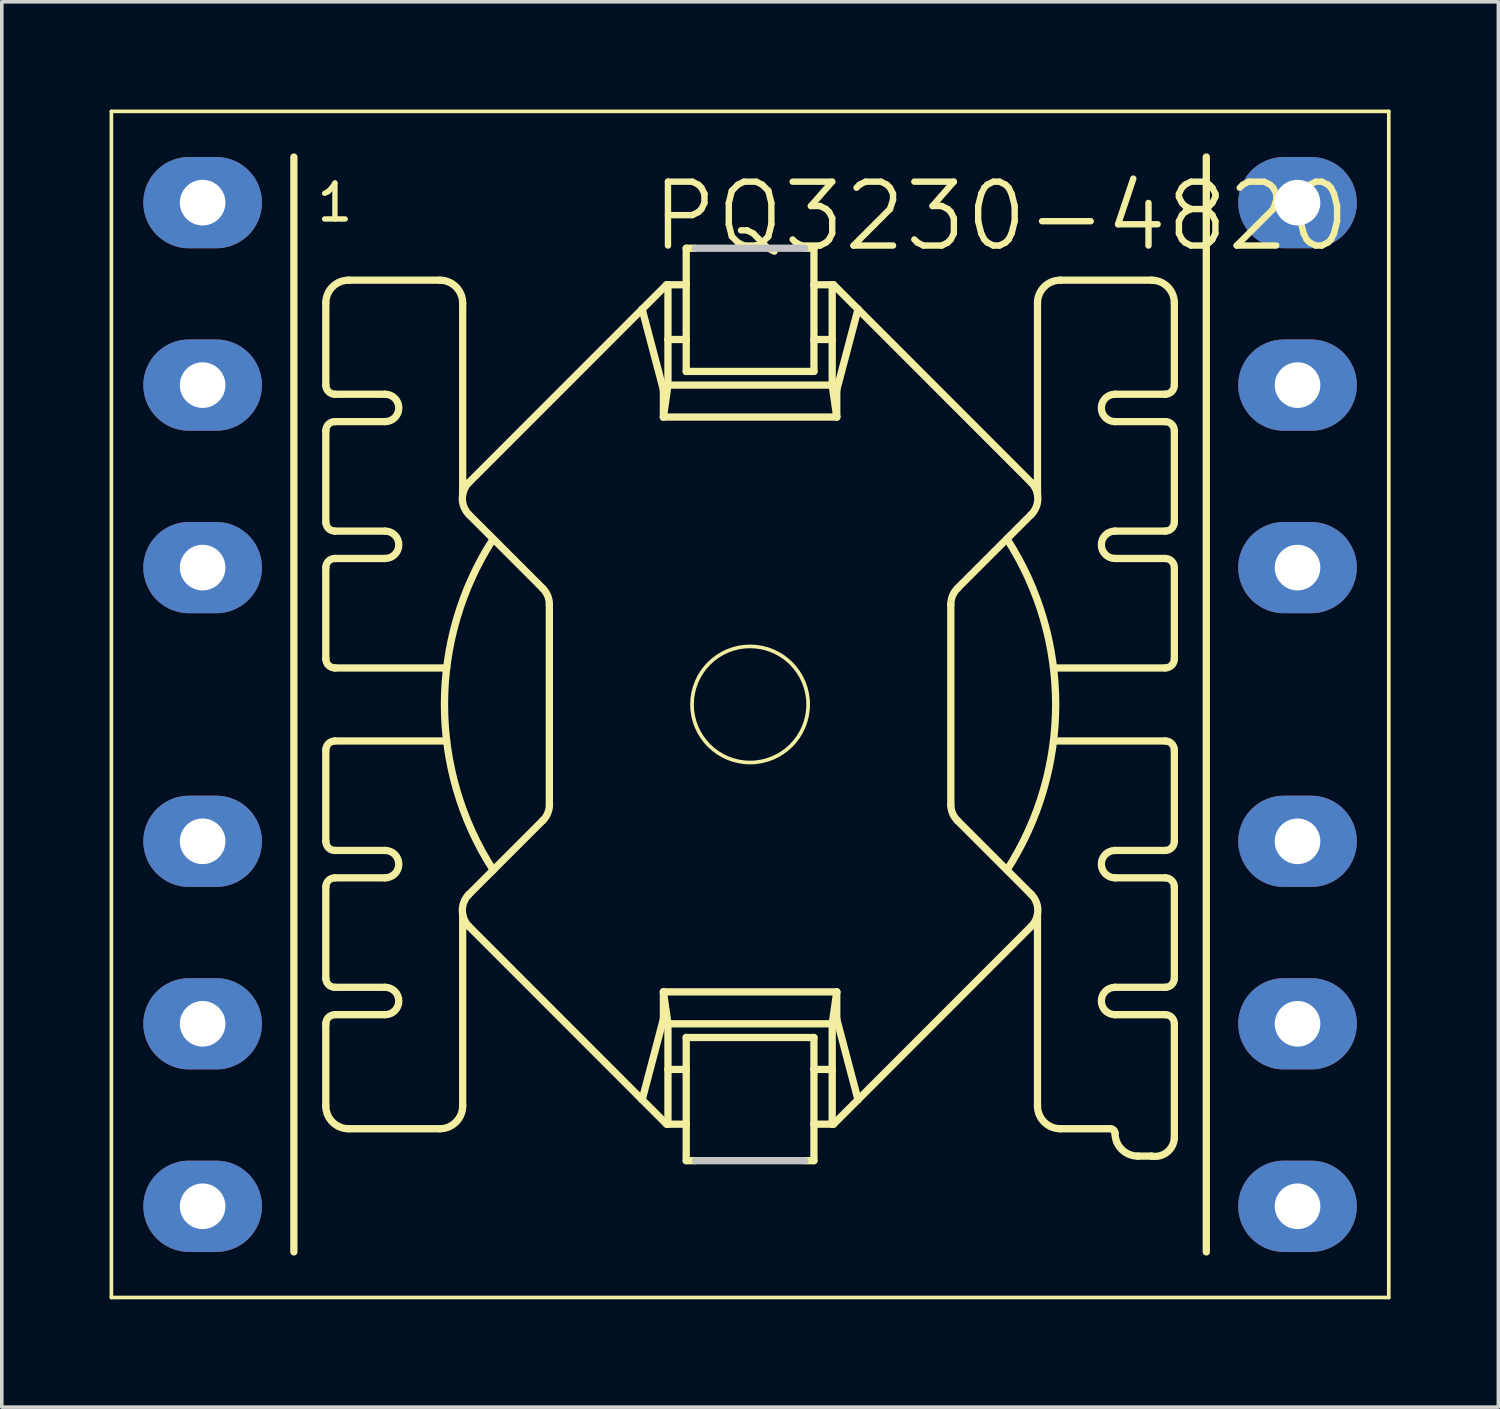
<source format=kicad_pcb>
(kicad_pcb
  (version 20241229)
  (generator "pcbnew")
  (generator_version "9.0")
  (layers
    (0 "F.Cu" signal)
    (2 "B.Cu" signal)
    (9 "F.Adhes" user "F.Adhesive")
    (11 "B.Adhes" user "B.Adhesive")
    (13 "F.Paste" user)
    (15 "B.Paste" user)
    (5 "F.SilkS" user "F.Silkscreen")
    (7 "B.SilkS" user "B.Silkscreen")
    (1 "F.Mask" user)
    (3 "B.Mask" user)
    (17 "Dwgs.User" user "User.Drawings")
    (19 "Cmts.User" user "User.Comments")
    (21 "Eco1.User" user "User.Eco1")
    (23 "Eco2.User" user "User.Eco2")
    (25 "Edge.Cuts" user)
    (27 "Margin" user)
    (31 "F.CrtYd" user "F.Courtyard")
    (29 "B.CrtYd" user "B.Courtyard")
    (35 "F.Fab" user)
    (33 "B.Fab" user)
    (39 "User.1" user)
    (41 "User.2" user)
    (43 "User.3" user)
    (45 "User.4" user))
  (footprint "PQ3230-4820"
    (layer "F.Cu")
    (at 17.831 16.561)
    (property "Reference" "PQ3230-4820" (at 6.985 -13.589 0) (layer "F.SilkS") (effects (font (size 1.778 1.778) (thickness 0.178))))
    (attr exclude_from_pos_files exclude_from_bom)
    (fp_line (start -17.78 -16.51) (end 17.78 -16.51) (stroke (width 0.102) (type solid)) (layer "F.SilkS"))
    (fp_line (start -17.78 16.51) (end -17.78 -16.51) (stroke (width 0.102) (type solid)) (layer "F.SilkS"))
    (fp_line (start -12.7 -15.24) (end -12.7 15.24) (stroke (width 0.203) (type solid)) (layer "F.SilkS"))
    (fp_line (start -11.811 -8.89) (end -11.811 -11.176) (stroke (width 0.203) (type solid)) (layer "F.SilkS"))
    (fp_line (start -11.811 -5.08) (end -11.811 -7.62) (stroke (width 0.203) (type solid)) (layer "F.SilkS"))
    (fp_line (start -11.811 -3.81) (end -11.811 -1.27) (stroke (width 0.203) (type solid)) (layer "F.SilkS"))
    (fp_line (start -11.811 3.81) (end -11.811 1.27) (stroke (width 0.203) (type solid)) (layer "F.SilkS"))
    (fp_line (start -11.811 7.62) (end -11.811 5.08) (stroke (width 0.203) (type solid)) (layer "F.SilkS"))
    (fp_line (start -11.811 11.176) (end -11.811 8.89) (stroke (width 0.203) (type solid)) (layer "F.SilkS"))
    (fp_line (start -11.557 -1.016) (end -8.448 -1.016) (stroke (width 0.203) (type solid)) (layer "F.SilkS"))
    (fp_line (start -11.557 1.016) (end -8.448 1.016) (stroke (width 0.203) (type solid)) (layer "F.SilkS"))
    (fp_line (start -10.16 -8.636) (end -11.557 -8.636) (stroke (width 0.203) (type solid)) (layer "F.SilkS"))
    (fp_line (start -10.16 -7.874) (end -11.557 -7.874) (stroke (width 0.203) (type solid)) (layer "F.SilkS"))
    (fp_line (start -10.16 -4.826) (end -11.557 -4.826) (stroke (width 0.203) (type solid)) (layer "F.SilkS"))
    (fp_line (start -10.16 -4.064) (end -11.557 -4.064) (stroke (width 0.203) (type solid)) (layer "F.SilkS"))
    (fp_line (start -10.16 4.064) (end -11.557 4.064) (stroke (width 0.203) (type solid)) (layer "F.SilkS"))
    (fp_line (start -10.16 4.826) (end -11.557 4.826) (stroke (width 0.203) (type solid)) (layer "F.SilkS"))
    (fp_line (start -10.16 7.874) (end -11.557 7.874) (stroke (width 0.203) (type solid)) (layer "F.SilkS"))
    (fp_line (start -10.16 8.636) (end -11.557 8.636) (stroke (width 0.203) (type solid)) (layer "F.SilkS"))
    (fp_line (start -8.636 -11.811) (end -11.176 -11.811) (stroke (width 0.203) (type solid)) (layer "F.SilkS"))
    (fp_line (start -8.636 11.811) (end -11.176 11.811) (stroke (width 0.203) (type solid)) (layer "F.SilkS"))
    (fp_line (start -8.001 -11.176) (end -8.001 -5.85) (stroke (width 0.203) (type solid)) (layer "F.SilkS"))
    (fp_line (start -8.001 5.85) (end -8.001 11.176) (stroke (width 0.203) (type solid)) (layer "F.SilkS"))
    (fp_line (start -7.823 6.182) (end -3.005 11.003) (stroke (width 0.203) (type solid)) (layer "F.SilkS"))
    (fp_line (start -5.773 -3.233) (end -7.823 -5.283) (stroke (width 0.203) (type solid)) (layer "F.SilkS"))
    (fp_line (start -5.773 3.233) (end -7.823 5.283) (stroke (width 0.203) (type solid)) (layer "F.SilkS"))
    (fp_line (start -5.588 -2.784) (end -5.588 2.784) (stroke (width 0.203) (type solid)) (layer "F.SilkS"))
    (fp_line (start -3.005 -11.003) (end -7.823 -6.182) (stroke (width 0.203) (type solid)) (layer "F.SilkS"))
    (fp_line (start -3.005 -11.003) (end -2.413 -8.76) (stroke (width 0.203) (type solid)) (layer "F.SilkS"))
    (fp_line (start -3.005 11.003) (end -2.324 11.684) (stroke (width 0.203) (type solid)) (layer "F.SilkS"))
    (fp_line (start -2.413 -8.001) (end -2.413 -8.76) (stroke (width 0.203) (type solid)) (layer "F.SilkS"))
    (fp_line (start -2.413 8.001) (end -2.413 8.76) (stroke (width 0.203) (type solid)) (layer "F.SilkS"))
    (fp_line (start -2.413 8.76) (end -3.005 11.003) (stroke (width 0.203) (type solid)) (layer "F.SilkS"))
    (fp_line (start -2.324 -11.684) (end -3.005 -11.003) (stroke (width 0.203) (type solid)) (layer "F.SilkS"))
    (fp_line (start -2.324 -11.684) (end -2.286 -11.684) (stroke (width 0.203) (type solid)) (layer "F.SilkS"))
    (fp_line (start -2.286 -11.684) (end -1.778 -11.684) (stroke (width 0.203) (type solid)) (layer "F.SilkS"))
    (fp_line (start -2.286 -10.16) (end -2.286 -11.684) (stroke (width 0.203) (type solid)) (layer "F.SilkS"))
    (fp_line (start -2.286 -8.89) (end -2.413 -8.001) (stroke (width 0.203) (type solid)) (layer "F.SilkS"))
    (fp_line (start -2.286 -8.89) (end -2.286 -10.16) (stroke (width 0.203) (type solid)) (layer "F.SilkS"))
    (fp_line (start -2.286 -8.89) (end 2.286 -8.89) (stroke (width 0.203) (type solid)) (layer "F.SilkS"))
    (fp_line (start -2.286 8.89) (end -2.413 8.001) (stroke (width 0.203) (type solid)) (layer "F.SilkS"))
    (fp_line (start -2.286 8.89) (end -2.286 10.16) (stroke (width 0.203) (type solid)) (layer "F.SilkS"))
    (fp_line (start -2.286 8.89) (end 2.286 8.89) (stroke (width 0.203) (type solid)) (layer "F.SilkS"))
    (fp_line (start -2.286 10.16) (end -2.286 11.684) (stroke (width 0.203) (type solid)) (layer "F.SilkS"))
    (fp_line (start -2.286 10.16) (end -1.778 10.16) (stroke (width 0.203) (type solid)) (layer "F.SilkS"))
    (fp_line (start -2.286 11.684) (end -2.324 11.684) (stroke (width 0.203) (type solid)) (layer "F.SilkS"))
    (fp_line (start -2.286 11.684) (end -1.778 11.684) (stroke (width 0.203) (type solid)) (layer "F.SilkS"))
    (fp_line (start -1.778 -12.7) (end -1.524 -12.7) (stroke (width 0.203) (type solid)) (layer "F.SilkS"))
    (fp_line (start -1.778 -11.684) (end -1.778 -12.7) (stroke (width 0.203) (type solid)) (layer "F.SilkS"))
    (fp_line (start -1.778 -10.16) (end -2.286 -10.16) (stroke (width 0.203) (type solid)) (layer "F.SilkS"))
    (fp_line (start -1.778 -10.16) (end -1.778 -11.684) (stroke (width 0.203) (type solid)) (layer "F.SilkS"))
    (fp_line (start -1.778 -9.271) (end -1.778 -10.16) (stroke (width 0.203) (type solid)) (layer "F.SilkS"))
    (fp_line (start -1.778 -9.271) (end 1.778 -9.271) (stroke (width 0.203) (type solid)) (layer "F.SilkS"))
    (fp_line (start -1.778 10.16) (end -1.778 9.271) (stroke (width 0.203) (type solid)) (layer "F.SilkS"))
    (fp_line (start -1.778 11.684) (end -1.778 10.16) (stroke (width 0.203) (type solid)) (layer "F.SilkS"))
    (fp_line (start -1.778 12.7) (end -1.778 11.684) (stroke (width 0.203) (type solid)) (layer "F.SilkS"))
    (fp_line (start -1.524 12.7) (end -1.778 12.7) (stroke (width 0.203) (type solid)) (layer "F.SilkS"))
    (fp_line (start 1.524 -12.7) (end 1.778 -12.7) (stroke (width 0.203) (type solid)) (layer "F.SilkS"))
    (fp_line (start 1.778 -12.7) (end 1.778 -11.684) (stroke (width 0.203) (type solid)) (layer "F.SilkS"))
    (fp_line (start 1.778 -11.684) (end 1.778 -10.16) (stroke (width 0.203) (type solid)) (layer "F.SilkS"))
    (fp_line (start 1.778 -10.16) (end 1.778 -9.271) (stroke (width 0.203) (type solid)) (layer "F.SilkS"))
    (fp_line (start 1.778 9.271) (end -1.778 9.271) (stroke (width 0.203) (type solid)) (layer "F.SilkS"))
    (fp_line (start 1.778 9.271) (end 1.778 10.16) (stroke (width 0.203) (type solid)) (layer "F.SilkS"))
    (fp_line (start 1.778 10.16) (end 1.778 11.684) (stroke (width 0.203) (type solid)) (layer "F.SilkS"))
    (fp_line (start 1.778 10.16) (end 2.286 10.16) (stroke (width 0.203) (type solid)) (layer "F.SilkS"))
    (fp_line (start 1.778 11.684) (end 1.778 12.7) (stroke (width 0.203) (type solid)) (layer "F.SilkS"))
    (fp_line (start 1.778 12.7) (end 1.524 12.7) (stroke (width 0.203) (type solid)) (layer "F.SilkS"))
    (fp_line (start 2.286 -11.684) (end 1.778 -11.684) (stroke (width 0.203) (type solid)) (layer "F.SilkS"))
    (fp_line (start 2.286 -11.684) (end 2.324 -11.684) (stroke (width 0.203) (type solid)) (layer "F.SilkS"))
    (fp_line (start 2.286 -10.16) (end 1.778 -10.16) (stroke (width 0.203) (type solid)) (layer "F.SilkS"))
    (fp_line (start 2.286 -10.16) (end 2.286 -11.684) (stroke (width 0.203) (type solid)) (layer "F.SilkS"))
    (fp_line (start 2.286 -8.89) (end 2.286 -10.16) (stroke (width 0.203) (type solid)) (layer "F.SilkS"))
    (fp_line (start 2.286 -8.89) (end 2.413 -8.001) (stroke (width 0.203) (type solid)) (layer "F.SilkS"))
    (fp_line (start 2.286 8.89) (end 2.286 10.16) (stroke (width 0.203) (type solid)) (layer "F.SilkS"))
    (fp_line (start 2.286 8.89) (end 2.413 8.001) (stroke (width 0.203) (type solid)) (layer "F.SilkS"))
    (fp_line (start 2.286 10.16) (end 2.286 11.684) (stroke (width 0.203) (type solid)) (layer "F.SilkS"))
    (fp_line (start 2.286 11.684) (end 1.778 11.684) (stroke (width 0.203) (type solid)) (layer "F.SilkS"))
    (fp_line (start 2.324 -11.684) (end 3.005 -11.003) (stroke (width 0.203) (type solid)) (layer "F.SilkS"))
    (fp_line (start 2.324 11.684) (end 2.286 11.684) (stroke (width 0.203) (type solid)) (layer "F.SilkS"))
    (fp_line (start 2.413 -8.001) (end -2.413 -8.001) (stroke (width 0.203) (type solid)) (layer "F.SilkS"))
    (fp_line (start 2.413 -8.001) (end 2.413 -8.76) (stroke (width 0.203) (type solid)) (layer "F.SilkS"))
    (fp_line (start 2.413 8.001) (end -2.413 8.001) (stroke (width 0.203) (type solid)) (layer "F.SilkS"))
    (fp_line (start 2.413 8.001) (end 2.413 8.76) (stroke (width 0.203) (type solid)) (layer "F.SilkS"))
    (fp_line (start 2.413 8.76) (end 3.005 11.003) (stroke (width 0.203) (type solid)) (layer "F.SilkS"))
    (fp_line (start 3.005 -11.003) (end 2.413 -8.76) (stroke (width 0.203) (type solid)) (layer "F.SilkS"))
    (fp_line (start 3.005 -11.003) (end 7.823 -6.182) (stroke (width 0.203) (type solid)) (layer "F.SilkS"))
    (fp_line (start 3.005 11.003) (end 2.324 11.684) (stroke (width 0.203) (type solid)) (layer "F.SilkS"))
    (fp_line (start 5.588 -2.784) (end 5.588 2.784) (stroke (width 0.203) (type solid)) (layer "F.SilkS"))
    (fp_line (start 5.773 -3.233) (end 7.823 -5.283) (stroke (width 0.203) (type solid)) (layer "F.SilkS"))
    (fp_line (start 5.773 3.233) (end 7.823 5.283) (stroke (width 0.203) (type solid)) (layer "F.SilkS"))
    (fp_line (start 7.823 6.182) (end 3.005 11.003) (stroke (width 0.203) (type solid)) (layer "F.SilkS"))
    (fp_line (start 8.001 -11.176) (end 8.001 -5.85) (stroke (width 0.203) (type solid)) (layer "F.SilkS"))
    (fp_line (start 8.001 5.85) (end 8.001 11.176) (stroke (width 0.203) (type solid)) (layer "F.SilkS"))
    (fp_line (start 8.636 11.811) (end 10.033 11.811) (stroke (width 0.203) (type solid)) (layer "F.SilkS"))
    (fp_line (start 10.16 -8.636) (end 11.557 -8.636) (stroke (width 0.203) (type solid)) (layer "F.SilkS"))
    (fp_line (start 10.16 -7.874) (end 11.557 -7.874) (stroke (width 0.203) (type solid)) (layer "F.SilkS"))
    (fp_line (start 10.16 -4.826) (end 11.557 -4.826) (stroke (width 0.203) (type solid)) (layer "F.SilkS"))
    (fp_line (start 10.16 -4.064) (end 11.557 -4.064) (stroke (width 0.203) (type solid)) (layer "F.SilkS"))
    (fp_line (start 10.16 4.064) (end 11.557 4.064) (stroke (width 0.203) (type solid)) (layer "F.SilkS"))
    (fp_line (start 10.16 4.826) (end 11.557 4.826) (stroke (width 0.203) (type solid)) (layer "F.SilkS"))
    (fp_line (start 10.16 7.874) (end 11.557 7.874) (stroke (width 0.203) (type solid)) (layer "F.SilkS"))
    (fp_line (start 10.16 8.636) (end 11.557 8.636) (stroke (width 0.203) (type solid)) (layer "F.SilkS"))
    (fp_line (start 11.176 -11.811) (end 8.636 -11.811) (stroke (width 0.203) (type solid)) (layer "F.SilkS"))
    (fp_line (start 11.176 12.573) (end 10.795 12.573) (stroke (width 0.203) (type solid)) (layer "F.SilkS"))
    (fp_line (start 11.557 -1.016) (end 8.448 -1.016) (stroke (width 0.203) (type solid)) (layer "F.SilkS"))
    (fp_line (start 11.557 1.016) (end 8.448 1.016) (stroke (width 0.203) (type solid)) (layer "F.SilkS"))
    (fp_line (start 11.811 -8.89) (end 11.811 -11.176) (stroke (width 0.203) (type solid)) (layer "F.SilkS"))
    (fp_line (start 11.811 -5.08) (end 11.811 -7.62) (stroke (width 0.203) (type solid)) (layer "F.SilkS"))
    (fp_line (start 11.811 -3.81) (end 11.811 -1.27) (stroke (width 0.203) (type solid)) (layer "F.SilkS"))
    (fp_line (start 11.811 3.81) (end 11.811 1.27) (stroke (width 0.203) (type solid)) (layer "F.SilkS"))
    (fp_line (start 11.811 7.62) (end 11.811 5.08) (stroke (width 0.203) (type solid)) (layer "F.SilkS"))
    (fp_line (start 11.811 12.065) (end 11.811 8.89) (stroke (width 0.203) (type solid)) (layer "F.SilkS"))
    (fp_line (start 12.7 -15.24) (end 12.7 15.24) (stroke (width 0.203) (type solid)) (layer "F.SilkS"))
    (fp_line (start 17.78 -16.51) (end 17.78 16.51) (stroke (width 0.102) (type solid)) (layer "F.SilkS"))
    (fp_line (start 17.78 16.51) (end -17.78 16.51) (stroke (width 0.102) (type solid)) (layer "F.SilkS"))
    (fp_arc (start -11.811 -11.176) (mid -11.625013 -11.625013) (end -11.176 -11.811) (stroke (width 0.2032) (type solid)) (layer "F.SilkS"))
    (fp_arc (start -11.811 -7.62) (mid -11.736605 -7.799605) (end -11.557 -7.874) (stroke (width 0.2032) (type solid)) (layer "F.SilkS"))
    (fp_arc (start -11.811 -3.81) (mid -11.736605 -3.989605) (end -11.557 -4.064) (stroke (width 0.2032) (type solid)) (layer "F.SilkS"))
    (fp_arc (start -11.811 1.27) (mid -11.736605 1.090395) (end -11.557 1.016) (stroke (width 0.2032) (type solid)) (layer "F.SilkS"))
    (fp_arc (start -11.811 5.08) (mid -11.736605 4.900395) (end -11.557 4.826) (stroke (width 0.2032) (type solid)) (layer "F.SilkS"))
    (fp_arc (start -11.811 8.89) (mid -11.736605 8.710395) (end -11.557 8.636) (stroke (width 0.2032) (type solid)) (layer "F.SilkS"))
    (fp_arc (start -11.557 -8.636) (mid -11.736605 -8.710395) (end -11.811 -8.89) (stroke (width 0.2032) (type solid)) (layer "F.SilkS"))
    (fp_arc (start -11.557 -4.826) (mid -11.736605 -4.900395) (end -11.811 -5.08) (stroke (width 0.2032) (type solid)) (layer "F.SilkS"))
    (fp_arc (start -11.557 -1.016) (mid -11.736605 -1.090395) (end -11.811 -1.27) (stroke (width 0.2032) (type solid)) (layer "F.SilkS"))
    (fp_arc (start -11.557 4.064) (mid -11.736605 3.989605) (end -11.811 3.81) (stroke (width 0.2032) (type solid)) (layer "F.SilkS"))
    (fp_arc (start -11.557 7.874) (mid -11.736605 7.799605) (end -11.811 7.62) (stroke (width 0.2032) (type solid)) (layer "F.SilkS"))
    (fp_arc (start -11.176 11.811) (mid -11.625013 11.625013) (end -11.811 11.176) (stroke (width 0.2032) (type solid)) (layer "F.SilkS"))
    (fp_arc (start -10.16 -8.636) (mid -9.779 -8.255) (end -10.16 -7.874) (stroke (width 0.2032) (type solid)) (layer "F.SilkS"))
    (fp_arc (start -10.16 -4.826) (mid -9.779 -4.445) (end -10.16 -4.064) (stroke (width 0.2032) (type solid)) (layer "F.SilkS"))
    (fp_arc (start -10.16 4.064) (mid -9.779 4.445) (end -10.16 4.826) (stroke (width 0.2032) (type solid)) (layer "F.SilkS"))
    (fp_arc (start -10.16 7.874) (mid -9.779 8.255) (end -10.16 8.636) (stroke (width 0.2032) (type solid)) (layer "F.SilkS"))
    (fp_arc (start -8.636 -11.811) (mid -8.186987 -11.625013) (end -8.001 -11.176) (stroke (width 0.2032) (type solid)) (layer "F.SilkS"))
    (fp_arc (start -8.001 11.176) (mid -8.186987 11.625013) (end -8.636 11.811) (stroke (width 0.2032) (type solid)) (layer "F.SilkS"))
    (fp_arc (start -7.8232 -5.2832) (mid -8.010166 -5.730984) (end -7.82574 -6.17982) (stroke (width 0.2032) (type solid)) (layer "F.SilkS"))
    (fp_arc (start -7.8232 6.18236) (mid -8.010166 5.734576) (end -7.82574 5.28574) (stroke (width 0.2032) (type solid)) (layer "F.SilkS"))
    (fp_arc (start -7.1501 4.6101) (mid -8.507464 0.001828) (end -7.152081 -4.607027) (stroke (width 0.2032) (type solid)) (layer "F.SilkS"))
    (fp_arc (start -5.77342 -3.23342) (mid -5.635808 -3.027664) (end -5.587199 -2.78495) (stroke (width 0.2032) (type solid)) (layer "F.SilkS"))
    (fp_arc (start -5.58546 2.78384) (mid -5.633777 3.027302) (end -5.771405 3.233861) (stroke (width 0.2032) (type solid)) (layer "F.SilkS"))
    (fp_arc (start 5.588 -2.78384) (mid 5.636125 -3.026332) (end 5.773204 -3.232068) (stroke (width 0.2032) (type solid)) (layer "F.SilkS"))
    (fp_arc (start 5.77342 3.23342) (mid 5.635808 3.027664) (end 5.587199 2.78495) (stroke (width 0.2032) (type solid)) (layer "F.SilkS"))
    (fp_arc (start 7.1501 -4.6101) (mid 8.507464 -0.001828) (end 7.152081 4.607027) (stroke (width 0.2032) (type solid)) (layer "F.SilkS"))
    (fp_arc (start 7.8232 -6.18236) (mid 8.010166 -5.734576) (end 7.82574 -5.28574) (stroke (width 0.2032) (type solid)) (layer "F.SilkS"))
    (fp_arc (start 7.8232 5.2832) (mid 8.010166 5.730984) (end 7.82574 6.17982) (stroke (width 0.2032) (type solid)) (layer "F.SilkS"))
    (fp_arc (start 8.001 -11.176) (mid 8.186987 -11.625013) (end 8.636 -11.811) (stroke (width 0.2032) (type solid)) (layer "F.SilkS"))
    (fp_arc (start 8.636 11.811) (mid 8.186987 11.625013) (end 8.001 11.176) (stroke (width 0.2032) (type solid)) (layer "F.SilkS"))
    (fp_arc (start 10.033 11.811) (mid 10.122803 11.848197) (end 10.16 11.938) (stroke (width 0.2032) (type solid)) (layer "F.SilkS"))
    (fp_arc (start 10.16 -7.874) (mid 9.779 -8.255) (end 10.16 -8.636) (stroke (width 0.2032) (type solid)) (layer "F.SilkS"))
    (fp_arc (start 10.16 -4.064) (mid 9.779 -4.445) (end 10.16 -4.826) (stroke (width 0.2032) (type solid)) (layer "F.SilkS"))
    (fp_arc (start 10.16 4.826) (mid 9.779 4.445) (end 10.16 4.064) (stroke (width 0.2032) (type solid)) (layer "F.SilkS"))
    (fp_arc (start 10.16 8.636) (mid 9.779 8.255) (end 10.16 7.874) (stroke (width 0.2032) (type solid)) (layer "F.SilkS"))
    (fp_arc (start 10.795 12.573) (mid 10.345987 12.387013) (end 10.16 11.938) (stroke (width 0.2032) (type solid)) (layer "F.SilkS"))
    (fp_arc (start 11.176 -11.811) (mid 11.625013 -11.625013) (end 11.811 -11.176) (stroke (width 0.2032) (type solid)) (layer "F.SilkS"))
    (fp_arc (start 11.557 -7.874) (mid 11.736605 -7.799605) (end 11.811 -7.62) (stroke (width 0.2032) (type solid)) (layer "F.SilkS"))
    (fp_arc (start 11.557 -4.064) (mid 11.736605 -3.989605) (end 11.811 -3.81) (stroke (width 0.2032) (type solid)) (layer "F.SilkS"))
    (fp_arc (start 11.557 1.016) (mid 11.736605 1.090395) (end 11.811 1.27) (stroke (width 0.2032) (type solid)) (layer "F.SilkS"))
    (fp_arc (start 11.557 4.826) (mid 11.736605 4.900395) (end 11.811 5.08) (stroke (width 0.2032) (type solid)) (layer "F.SilkS"))
    (fp_arc (start 11.557 8.636) (mid 11.736605 8.710395) (end 11.811 8.89) (stroke (width 0.2032) (type solid)) (layer "F.SilkS"))
    (fp_arc (start 11.811 -8.89) (mid 11.736605 -8.710395) (end 11.557 -8.636) (stroke (width 0.2032) (type solid)) (layer "F.SilkS"))
    (fp_arc (start 11.811 -5.08) (mid 11.736605 -4.900395) (end 11.557 -4.826) (stroke (width 0.2032) (type solid)) (layer "F.SilkS"))
    (fp_arc (start 11.811 -1.27) (mid 11.736605 -1.090395) (end 11.557 -1.016) (stroke (width 0.2032) (type solid)) (layer "F.SilkS"))
    (fp_arc (start 11.811 3.81) (mid 11.736605 3.989605) (end 11.557 4.064) (stroke (width 0.2032) (type solid)) (layer "F.SilkS"))
    (fp_arc (start 11.811 7.62) (mid 11.736605 7.799605) (end 11.557 7.874) (stroke (width 0.2032) (type solid)) (layer "F.SilkS"))
    (fp_arc (start 11.811 12.065) (mid 11.607438 12.464412) (end 11.172167 12.57168) (stroke (width 0.2032) (type solid)) (layer "F.SilkS"))
    (fp_circle (center 0 0) (end -1.143 1.143) (stroke (width 0.102) (type solid)) (fill no) (layer "F.SilkS"))
    (fp_line (start -17.78 -16.51) (end 17.78 -16.51) (stroke (width 0.05) (type solid)) (layer "B.Paste"))
    (fp_line (start -17.78 16.51) (end -17.78 -16.51) (stroke (width 0.05) (type solid)) (layer "B.Paste"))
    (fp_line (start -12.7 -15.24) (end -12.7 15.24) (stroke (width 0.05) (type solid)) (layer "B.Paste"))
    (fp_line (start 12.7 15.24) (end 12.7 -15.24) (stroke (width 0.05) (type solid)) (layer "B.Paste"))
    (fp_line (start 17.78 -16.51) (end 17.78 16.51) (stroke (width 0.05) (type solid)) (layer "B.Paste"))
    (fp_line (start 17.78 16.51) (end -17.78 16.51) (stroke (width 0.05) (type solid)) (layer "B.Paste"))
    (fp_line (start -1.524 -12.7) (end 1.524 -12.7) (stroke (width 0.203) (type solid)) (layer "Dwgs.User"))
    (fp_line (start 1.524 12.7) (end -1.524 12.7) (stroke (width 0.203) (type solid)) (layer "Dwgs.User"))
    (fp_text user "1" (at -11.557 -13.97 0) (layer "F.SilkS") (effects (font (size 1 1) (thickness 0.15))))
    (pad "1" thru_hole oval (at -15.24 -13.97 90) (size 2.54 3.302) (drill 1.27) (layers "*.Cu" "*.Paste" "*.Mask"))
    (pad "2" thru_hole oval (at -15.24 -8.89 90) (size 2.54 3.302) (drill 1.27) (layers "*.Cu" "*.Paste" "*.Mask"))
    (pad "3" thru_hole oval (at -15.24 -3.81 90) (size 2.54 3.302) (drill 1.27) (layers "*.Cu" "*.Paste" "*.Mask"))
    (pad "4" thru_hole oval (at -15.24 3.81 90) (size 2.54 3.302) (drill 1.27) (layers "*.Cu" "*.Paste" "*.Mask"))
    (pad "5" thru_hole oval (at -15.24 8.89 90) (size 2.54 3.302) (drill 1.27) (layers "*.Cu" "*.Paste" "*.Mask"))
    (pad "6" thru_hole oval (at -15.24 13.97 90) (size 2.54 3.302) (drill 1.27) (layers "*.Cu" "*.Paste" "*.Mask"))
    (pad "7" thru_hole oval (at 15.24 13.97 90) (size 2.54 3.302) (drill 1.27) (layers "*.Cu" "*.Paste" "*.Mask"))
    (pad "8" thru_hole oval (at 15.24 8.89 90) (size 2.54 3.302) (drill 1.27) (layers "*.Cu" "*.Paste" "*.Mask"))
    (pad "9" thru_hole oval (at 15.24 3.81 90) (size 2.54 3.302) (drill 1.27) (layers "*.Cu" "*.Paste" "*.Mask"))
    (pad "10" thru_hole oval (at 15.24 -3.81 90) (size 2.54 3.302) (drill 1.27) (layers "*.Cu" "*.Paste" "*.Mask"))
    (pad "11" thru_hole oval (at 15.24 -8.89 90) (size 2.54 3.302) (drill 1.27) (layers "*.Cu" "*.Paste" "*.Mask"))
    (pad "12" thru_hole oval (at 15.24 -13.97 90) (size 2.54 3.302) (drill 1.27) (layers "*.Cu" "*.Paste" "*.Mask")))
  (gr_rect
    (start -3 -3)
    (end 38.662 36.122)
    (stroke (width 0.1) (type default))
    (fill no)
    (layer "Edge.Cuts")))
</source>
